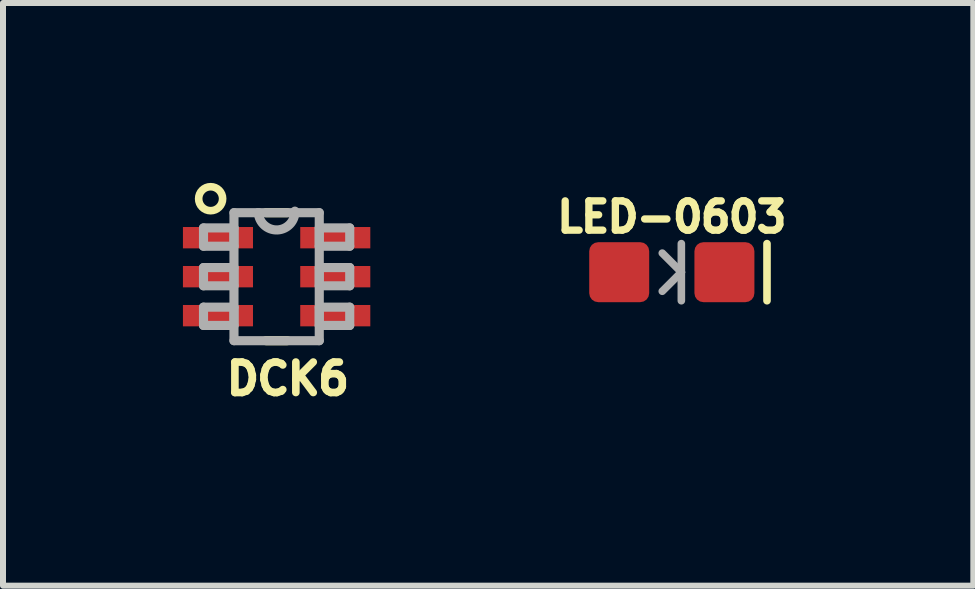
<source format=kicad_pcb>
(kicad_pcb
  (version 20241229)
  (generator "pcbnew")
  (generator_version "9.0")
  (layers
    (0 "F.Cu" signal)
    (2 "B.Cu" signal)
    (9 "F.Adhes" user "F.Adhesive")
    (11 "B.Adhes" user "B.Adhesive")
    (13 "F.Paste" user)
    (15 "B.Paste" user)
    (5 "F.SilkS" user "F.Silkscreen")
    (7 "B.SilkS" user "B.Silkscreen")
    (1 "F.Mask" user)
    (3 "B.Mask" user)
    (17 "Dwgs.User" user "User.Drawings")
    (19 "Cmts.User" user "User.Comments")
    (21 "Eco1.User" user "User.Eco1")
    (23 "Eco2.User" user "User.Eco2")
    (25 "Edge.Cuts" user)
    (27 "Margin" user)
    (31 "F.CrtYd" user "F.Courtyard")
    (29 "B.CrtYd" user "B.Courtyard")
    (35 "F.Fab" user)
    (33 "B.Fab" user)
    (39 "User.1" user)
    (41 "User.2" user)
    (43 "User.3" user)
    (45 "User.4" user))
  (footprint "DCK6"
    (layer "F.Cu")
    (at 1.562 1.563)
    (property "Reference" "DCK6" (at -0.9 2 0) (layer "F.SilkS") (effects (font (size 0.508 0.508) (thickness 0.127)) (justify left bottom)))
    (fp_line (start -0.178 1.067) (end 0.178 1.067) (stroke (width 0.152) (type solid)) (layer "F.SilkS"))
    (fp_line (start 0.178 -1.067) (end -0.178 -1.067) (stroke (width 0.152) (type solid)) (layer "F.SilkS"))
    (fp_circle (center -1.1 -1.3) (end -0.9 -1.3) (stroke (width 0.127) (type solid)) (fill no) (layer "F.SilkS"))
    (fp_line (start -1.219 -0.813) (end -1.219 -0.508) (stroke (width 0.152) (type solid)) (layer "F.Fab"))
    (fp_line (start -1.219 -0.508) (end -0.711 -0.508) (stroke (width 0.152) (type solid)) (layer "F.Fab"))
    (fp_line (start -1.219 -0.152) (end -1.219 0.152) (stroke (width 0.152) (type solid)) (layer "F.Fab"))
    (fp_line (start -1.219 0.152) (end -0.711 0.152) (stroke (width 0.152) (type solid)) (layer "F.Fab"))
    (fp_line (start -1.219 0.508) (end -1.219 0.813) (stroke (width 0.152) (type solid)) (layer "F.Fab"))
    (fp_line (start -1.219 0.813) (end -0.711 0.813) (stroke (width 0.152) (type solid)) (layer "F.Fab"))
    (fp_line (start -0.711 -1.067) (end -0.711 1.067) (stroke (width 0.152) (type solid)) (layer "F.Fab"))
    (fp_line (start -0.711 -0.813) (end -1.219 -0.813) (stroke (width 0.152) (type solid)) (layer "F.Fab"))
    (fp_line (start -0.711 -0.508) (end -0.711 -0.813) (stroke (width 0.152) (type solid)) (layer "F.Fab"))
    (fp_line (start -0.711 -0.152) (end -1.219 -0.152) (stroke (width 0.152) (type solid)) (layer "F.Fab"))
    (fp_line (start -0.711 0.152) (end -0.711 -0.152) (stroke (width 0.152) (type solid)) (layer "F.Fab"))
    (fp_line (start -0.711 0.508) (end -1.219 0.508) (stroke (width 0.152) (type solid)) (layer "F.Fab"))
    (fp_line (start -0.711 0.813) (end -0.711 0.508) (stroke (width 0.152) (type solid)) (layer "F.Fab"))
    (fp_line (start -0.711 1.067) (end 0.711 1.067) (stroke (width 0.152) (type solid)) (layer "F.Fab"))
    (fp_line (start -0.305 -1.067) (end -0.711 -1.067) (stroke (width 0.152) (type solid)) (layer "F.Fab"))
    (fp_line (start 0.711 -1.067) (end -0.305 -1.067) (stroke (width 0.152) (type solid)) (layer "F.Fab"))
    (fp_line (start 0.711 -0.813) (end 0.711 -0.508) (stroke (width 0.152) (type solid)) (layer "F.Fab"))
    (fp_line (start 0.711 -0.508) (end 1.219 -0.508) (stroke (width 0.152) (type solid)) (layer "F.Fab"))
    (fp_line (start 0.711 -0.152) (end 0.711 0.152) (stroke (width 0.152) (type solid)) (layer "F.Fab"))
    (fp_line (start 0.711 0.152) (end 1.219 0.152) (stroke (width 0.152) (type solid)) (layer "F.Fab"))
    (fp_line (start 0.711 0.508) (end 0.711 0.813) (stroke (width 0.152) (type solid)) (layer "F.Fab"))
    (fp_line (start 0.711 0.813) (end 1.219 0.813) (stroke (width 0.152) (type solid)) (layer "F.Fab"))
    (fp_line (start 0.711 1.067) (end 0.711 -1.067) (stroke (width 0.152) (type solid)) (layer "F.Fab"))
    (fp_line (start 1.219 -0.813) (end 0.711 -0.813) (stroke (width 0.152) (type solid)) (layer "F.Fab"))
    (fp_line (start 1.219 -0.508) (end 1.219 -0.813) (stroke (width 0.152) (type solid)) (layer "F.Fab"))
    (fp_line (start 1.219 -0.152) (end 0.711 -0.152) (stroke (width 0.152) (type solid)) (layer "F.Fab"))
    (fp_line (start 1.219 0.152) (end 1.219 -0.152) (stroke (width 0.152) (type solid)) (layer "F.Fab"))
    (fp_line (start 1.219 0.508) (end 0.711 0.508) (stroke (width 0.152) (type solid)) (layer "F.Fab"))
    (fp_line (start 1.219 0.813) (end 1.219 0.508) (stroke (width 0.152) (type solid)) (layer "F.Fab"))
    (fp_arc (start 0.3048 -1.0922) (mid 0.0127 -0.7747) (end -0.3048 -1.0668) (stroke (width 0.1524) (type solid)) (layer "F.Fab"))
    (pad "1" smd rect (at -0.978 -0.65) (size 1.168 0.356) (layers "F.Cu" "F.Mask" "F.Paste"))
    (pad "2" smd rect (at -0.978 0) (size 1.168 0.356) (layers "F.Cu" "F.Mask" "F.Paste"))
    (pad "3" smd rect (at -0.978 0.65) (size 1.168 0.356) (layers "F.Cu" "F.Mask" "F.Paste"))
    (pad "4" smd rect (at 0.978 0.65) (size 1.168 0.356) (layers "F.Cu" "F.Mask" "F.Paste"))
    (pad "5" smd rect (at 0.978 0) (size 1.168 0.356) (layers "F.Cu" "F.Mask" "F.Paste"))
    (pad "6" smd rect (at 0.978 -0.65) (size 1.168 0.356) (layers "F.Cu" "F.Mask" "F.Paste")))
  (footprint "LED-0603"
    (layer "F.Cu")
    (at 8.151 1.488)
    (property "Reference" "LED-0603" (at 0 -0.635 0) (layer "F.SilkS") (effects (font (size 0.488 0.488) (thickness 0.122)) (justify bottom)))
    (fp_line (start 1.587 -0.476) (end 1.587 0.476) (stroke (width 0.127) (type solid)) (layer "F.SilkS"))
    (fp_line (start 0.159 -0.476) (end 0.159 0) (stroke (width 0.127) (type solid)) (layer "F.Fab"))
    (fp_line (start 0.159 0) (end -0.159 -0.318) (stroke (width 0.127) (type solid)) (layer "F.Fab"))
    (fp_line (start 0.159 0) (end -0.159 0.318) (stroke (width 0.127) (type solid)) (layer "F.Fab"))
    (fp_line (start 0.159 0) (end 0.159 0.476) (stroke (width 0.127) (type solid)) (layer "F.Fab"))
    (pad "A" smd roundrect (at -0.877 0 270) (size 1 1) (layers "F.Cu" "F.Mask" "F.Paste") (roundrect_rratio 0.15))
    (pad "C" smd roundrect (at 0.877 0 270) (size 1 1) (layers "F.Cu" "F.Mask" "F.Paste") (roundrect_rratio 0.15)))
  (gr_rect
    (start -3 -3)
    (end 13.178 6.715)
    (stroke (width 0.1) (type default))
    (fill no)
    (layer "Edge.Cuts")))
</source>
